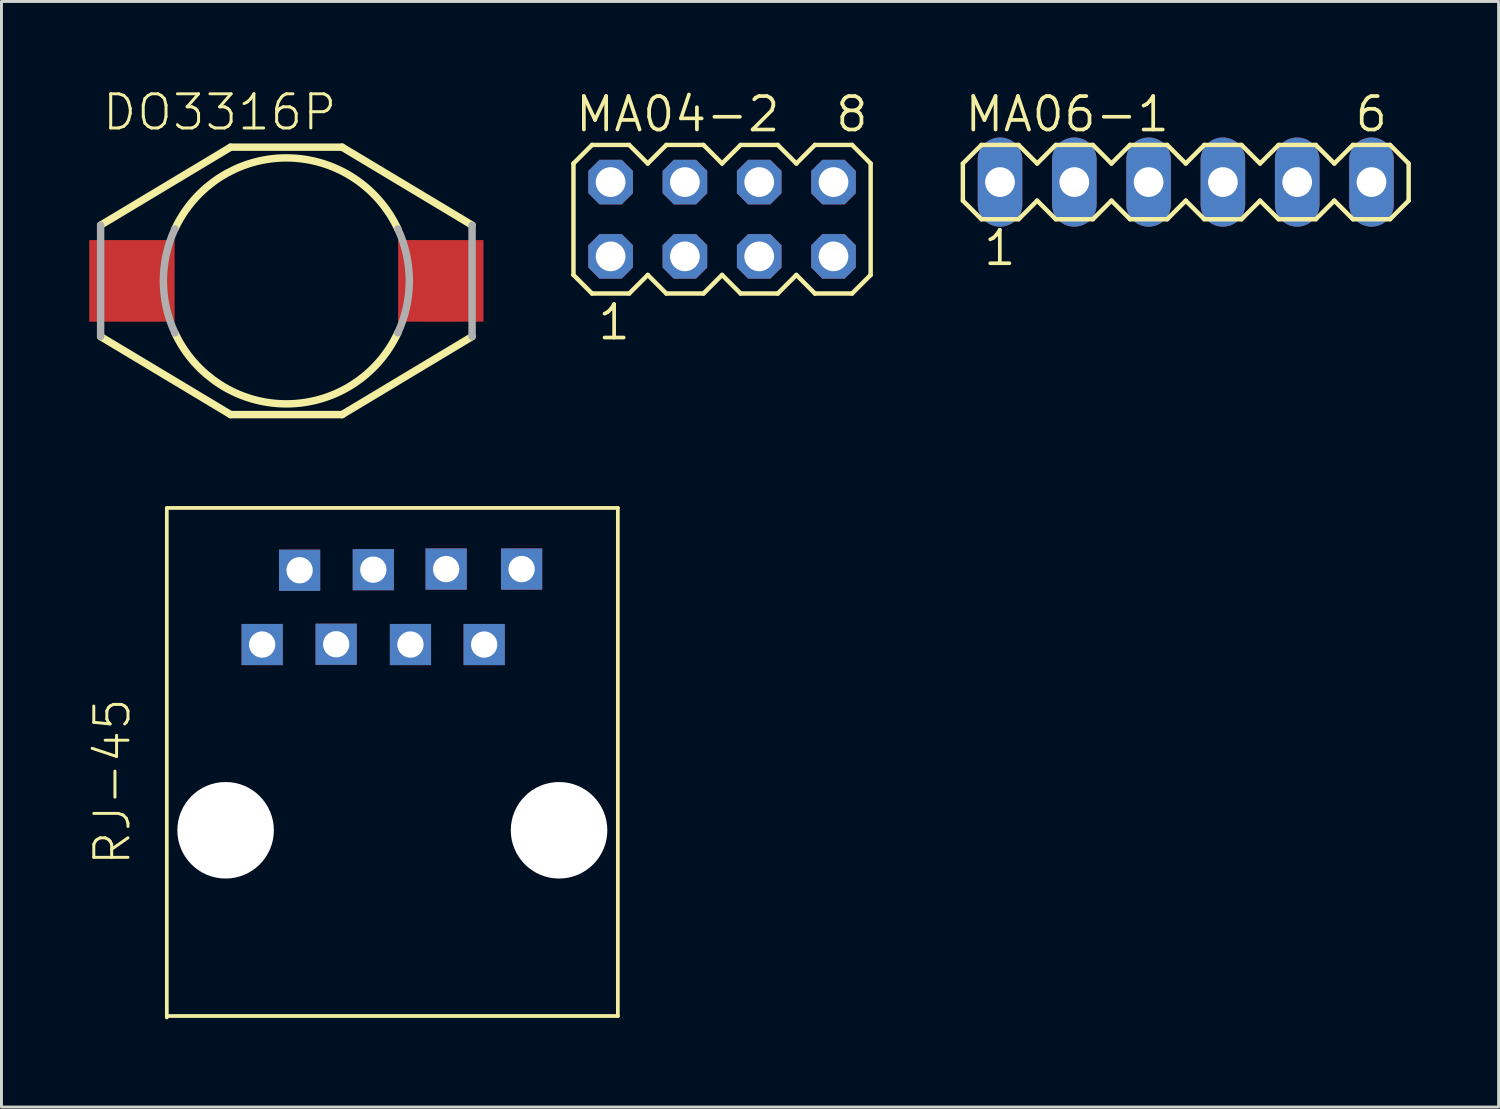
<source format=kicad_pcb>
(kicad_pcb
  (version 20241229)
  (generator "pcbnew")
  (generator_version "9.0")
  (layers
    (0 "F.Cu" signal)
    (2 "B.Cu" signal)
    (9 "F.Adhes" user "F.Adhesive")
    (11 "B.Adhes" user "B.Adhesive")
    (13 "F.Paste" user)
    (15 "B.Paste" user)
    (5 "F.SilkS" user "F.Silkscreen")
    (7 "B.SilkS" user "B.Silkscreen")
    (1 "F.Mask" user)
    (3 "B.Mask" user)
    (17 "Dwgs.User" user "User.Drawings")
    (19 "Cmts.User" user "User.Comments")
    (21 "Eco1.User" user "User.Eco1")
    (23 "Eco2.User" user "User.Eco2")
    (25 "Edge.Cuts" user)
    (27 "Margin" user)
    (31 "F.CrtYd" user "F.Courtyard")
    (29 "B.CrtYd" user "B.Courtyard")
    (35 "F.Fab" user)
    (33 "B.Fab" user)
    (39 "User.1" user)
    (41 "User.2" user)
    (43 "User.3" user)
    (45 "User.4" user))
  (footprint "DO3316P"
    (layer "F.Cu")
    (at 6.74 6.553)
    (property "Reference" "DO3316P" (at -6.35 -5.08 0) (layer "F.SilkS") (effects (font (size 1.168 1.168) (thickness 0.102)) (justify left bottom)))
    (fp_line (start -6.35 -1.905) (end -1.905 -4.572) (stroke (width 0.254) (type solid)) (layer "F.SilkS"))
    (fp_line (start -6.35 1.905) (end -1.905 4.572) (stroke (width 0.254) (type solid)) (layer "F.SilkS"))
    (fp_line (start -1.905 -4.572) (end 1.905 -4.572) (stroke (width 0.254) (type solid)) (layer "F.SilkS"))
    (fp_line (start -1.905 4.572) (end 1.905 4.572) (stroke (width 0.254) (type solid)) (layer "F.SilkS"))
    (fp_line (start 6.35 -1.905) (end 1.905 -4.572) (stroke (width 0.254) (type solid)) (layer "F.SilkS"))
    (fp_line (start 6.35 1.905) (end 1.905 4.572) (stroke (width 0.254) (type solid)) (layer "F.SilkS"))
    (fp_arc (start -3.81 -1.778) (mid 0 -4.204448) (end 3.81 -1.778) (stroke (width 0.254) (type solid)) (layer "F.SilkS"))
    (fp_arc (start 3.81 1.778) (mid 0 4.204448) (end -3.81 1.778) (stroke (width 0.254) (type solid)) (layer "F.SilkS"))
    (fp_line (start -6.35 -1.905) (end -6.35 1.905) (stroke (width 0.254) (type solid)) (layer "F.Fab"))
    (fp_line (start 6.35 -1.905) (end 6.35 1.905) (stroke (width 0.254) (type solid)) (layer "F.Fab"))
    (fp_arc (start -3.81 1.778) (mid -4.204448 0) (end -3.81 -1.778) (stroke (width 0.254) (type solid)) (layer "F.Fab"))
    (fp_arc (start 3.81 -1.778) (mid 4.204448 0) (end 3.81 1.778) (stroke (width 0.254) (type solid)) (layer "F.Fab"))
    (pad "1" smd rect (at -5.28 0) (size 2.92 2.79) (layers "F.Cu" "F.Mask" "F.Paste"))
    (pad "2" smd rect (at 5.28 0) (size 2.92 2.79) (layers "F.Cu" "F.Mask" "F.Paste")))
  (footprint "MA04-2"
    (layer "F.Cu")
    (at 21.636 4.445)
    (property "Reference" "MA04-2" (at -5.08 -2.921 0) (layer "F.SilkS") (effects (font (size 1.143 1.143) (thickness 0.127)) (justify left bottom)))
    (fp_line (start -5.08 -1.905) (end -5.08 1.905) (stroke (width 0.152) (type solid)) (layer "F.SilkS"))
    (fp_line (start -5.08 1.905) (end -4.445 2.54) (stroke (width 0.152) (type solid)) (layer "F.SilkS"))
    (fp_line (start -4.445 -2.54) (end -5.08 -1.905) (stroke (width 0.152) (type solid)) (layer "F.SilkS"))
    (fp_line (start -4.445 -2.54) (end -3.175 -2.54) (stroke (width 0.152) (type solid)) (layer "F.SilkS"))
    (fp_line (start -3.175 -2.54) (end -2.54 -1.905) (stroke (width 0.152) (type solid)) (layer "F.SilkS"))
    (fp_line (start -3.175 2.54) (end -4.445 2.54) (stroke (width 0.152) (type solid)) (layer "F.SilkS"))
    (fp_line (start -2.54 -1.905) (end -1.905 -2.54) (stroke (width 0.152) (type solid)) (layer "F.SilkS"))
    (fp_line (start -2.54 1.905) (end -3.175 2.54) (stroke (width 0.152) (type solid)) (layer "F.SilkS"))
    (fp_line (start -1.905 -2.54) (end -0.635 -2.54) (stroke (width 0.152) (type solid)) (layer "F.SilkS"))
    (fp_line (start -1.905 2.54) (end -2.54 1.905) (stroke (width 0.152) (type solid)) (layer "F.SilkS"))
    (fp_line (start -0.635 -2.54) (end 0 -1.905) (stroke (width 0.152) (type solid)) (layer "F.SilkS"))
    (fp_line (start -0.635 2.54) (end -1.905 2.54) (stroke (width 0.152) (type solid)) (layer "F.SilkS"))
    (fp_line (start 0 -1.905) (end 0.635 -2.54) (stroke (width 0.152) (type solid)) (layer "F.SilkS"))
    (fp_line (start 0 1.905) (end -0.635 2.54) (stroke (width 0.152) (type solid)) (layer "F.SilkS"))
    (fp_line (start 0.635 -2.54) (end 1.905 -2.54) (stroke (width 0.152) (type solid)) (layer "F.SilkS"))
    (fp_line (start 0.635 2.54) (end 0 1.905) (stroke (width 0.152) (type solid)) (layer "F.SilkS"))
    (fp_line (start 1.905 -2.54) (end 2.54 -1.905) (stroke (width 0.152) (type solid)) (layer "F.SilkS"))
    (fp_line (start 1.905 2.54) (end 0.635 2.54) (stroke (width 0.152) (type solid)) (layer "F.SilkS"))
    (fp_line (start 2.54 1.905) (end 1.905 2.54) (stroke (width 0.152) (type solid)) (layer "F.SilkS"))
    (fp_line (start 2.54 1.905) (end 3.175 2.54) (stroke (width 0.152) (type solid)) (layer "F.SilkS"))
    (fp_line (start 3.175 -2.54) (end 2.54 -1.905) (stroke (width 0.152) (type solid)) (layer "F.SilkS"))
    (fp_line (start 3.175 -2.54) (end 4.445 -2.54) (stroke (width 0.152) (type solid)) (layer "F.SilkS"))
    (fp_line (start 4.445 -2.54) (end 5.08 -1.905) (stroke (width 0.152) (type solid)) (layer "F.SilkS"))
    (fp_line (start 4.445 2.54) (end 3.175 2.54) (stroke (width 0.152) (type solid)) (layer "F.SilkS"))
    (fp_line (start 5.08 -1.905) (end 5.08 1.905) (stroke (width 0.152) (type solid)) (layer "F.SilkS"))
    (fp_line (start 5.08 1.905) (end 4.445 2.54) (stroke (width 0.152) (type solid)) (layer "F.SilkS"))
    (fp_poly (pts (xy -4.064 -1.016) (xy -3.556 -1.016) (xy -3.556 -1.524) (xy -4.064 -1.524)) (stroke (width 0.1) (type solid)) (fill no) (layer "F.Fab"))
    (fp_poly (pts (xy -4.064 1.524) (xy -3.556 1.524) (xy -3.556 1.016) (xy -4.064 1.016)) (stroke (width 0.1) (type solid)) (fill no) (layer "F.Fab"))
    (fp_poly (pts (xy -1.524 -1.016) (xy -1.016 -1.016) (xy -1.016 -1.524) (xy -1.524 -1.524)) (stroke (width 0.1) (type solid)) (fill no) (layer "F.Fab"))
    (fp_poly (pts (xy -1.524 1.524) (xy -1.016 1.524) (xy -1.016 1.016) (xy -1.524 1.016)) (stroke (width 0.1) (type solid)) (fill no) (layer "F.Fab"))
    (fp_poly (pts (xy 1.016 -1.016) (xy 1.524 -1.016) (xy 1.524 -1.524) (xy 1.016 -1.524)) (stroke (width 0.1) (type solid)) (fill no) (layer "F.Fab"))
    (fp_poly (pts (xy 1.016 1.524) (xy 1.524 1.524) (xy 1.524 1.016) (xy 1.016 1.016)) (stroke (width 0.1) (type solid)) (fill no) (layer "F.Fab"))
    (fp_poly (pts (xy 3.556 -1.016) (xy 4.064 -1.016) (xy 4.064 -1.524) (xy 3.556 -1.524)) (stroke (width 0.1) (type solid)) (fill no) (layer "F.Fab"))
    (fp_poly (pts (xy 3.556 1.524) (xy 4.064 1.524) (xy 4.064 1.016) (xy 3.556 1.016)) (stroke (width 0.1) (type solid)) (fill no) (layer "F.Fab"))
    (fp_text user "1" (at -4.318 4.191 0) (layer "F.SilkS") (effects (font (size 1.143 1.143) (thickness 0.127)) (justify left bottom)))
    (fp_text user "8" (at 3.81 -2.921 0) (layer "F.SilkS") (effects (font (size 1.143 1.143) (thickness 0.127)) (justify left bottom)))
    (pad "1" thru_hole roundrect (at -3.81 1.27) (size 1.524 1.524) (drill 1.016) (layers "*.Cu" "*.Mask") (roundrect_rratio 0.25) (chamfer_ratio 0.25) (chamfer top_left top_right bottom_left bottom_right))
    (pad "2" thru_hole roundrect (at -3.81 -1.27) (size 1.524 1.524) (drill 1.016) (layers "*.Cu" "*.Mask") (roundrect_rratio 0.25) (chamfer_ratio 0.25) (chamfer top_left top_right bottom_left bottom_right))
    (pad "3" thru_hole roundrect (at -1.27 1.27) (size 1.524 1.524) (drill 1.016) (layers "*.Cu" "*.Mask") (roundrect_rratio 0.25) (chamfer_ratio 0.25) (chamfer top_left top_right bottom_left bottom_right))
    (pad "4" thru_hole roundrect (at -1.27 -1.27) (size 1.524 1.524) (drill 1.016) (layers "*.Cu" "*.Mask") (roundrect_rratio 0.25) (chamfer_ratio 0.25) (chamfer top_left top_right bottom_left bottom_right))
    (pad "5" thru_hole roundrect (at 1.27 1.27) (size 1.524 1.524) (drill 1.016) (layers "*.Cu" "*.Mask") (roundrect_rratio 0.25) (chamfer_ratio 0.25) (chamfer top_left top_right bottom_left bottom_right))
    (pad "6" thru_hole roundrect (at 1.27 -1.27) (size 1.524 1.524) (drill 1.016) (layers "*.Cu" "*.Mask") (roundrect_rratio 0.25) (chamfer_ratio 0.25) (chamfer top_left top_right bottom_left bottom_right))
    (pad "7" thru_hole roundrect (at 3.81 1.27) (size 1.524 1.524) (drill 1.016) (layers "*.Cu" "*.Mask") (roundrect_rratio 0.25) (chamfer_ratio 0.25) (chamfer top_left top_right bottom_left bottom_right))
    (pad "8" thru_hole roundrect (at 3.81 -1.27) (size 1.524 1.524) (drill 1.016) (layers "*.Cu" "*.Mask") (roundrect_rratio 0.25) (chamfer_ratio 0.25) (chamfer top_left top_right bottom_left bottom_right)))
  (footprint "MA06-1"
    (layer "F.Cu")
    (at 37.489 3.175)
    (property "Reference" "MA06-1" (at -7.62 -1.651 0) (layer "F.SilkS") (effects (font (size 1.143 1.143) (thickness 0.127)) (justify left bottom)))
    (fp_line (start -7.62 -0.635) (end -7.62 0.635) (stroke (width 0.152) (type solid)) (layer "F.SilkS"))
    (fp_line (start -7.62 0.635) (end -6.985 1.27) (stroke (width 0.152) (type solid)) (layer "F.SilkS"))
    (fp_line (start -6.985 -1.27) (end -7.62 -0.635) (stroke (width 0.152) (type solid)) (layer "F.SilkS"))
    (fp_line (start -6.985 -1.27) (end -5.715 -1.27) (stroke (width 0.152) (type solid)) (layer "F.SilkS"))
    (fp_line (start -5.715 -1.27) (end -5.08 -0.635) (stroke (width 0.152) (type solid)) (layer "F.SilkS"))
    (fp_line (start -5.715 1.27) (end -6.985 1.27) (stroke (width 0.152) (type solid)) (layer "F.SilkS"))
    (fp_line (start -5.08 -0.635) (end -4.445 -1.27) (stroke (width 0.152) (type solid)) (layer "F.SilkS"))
    (fp_line (start -5.08 0.635) (end -5.715 1.27) (stroke (width 0.152) (type solid)) (layer "F.SilkS"))
    (fp_line (start -4.445 -1.27) (end -3.175 -1.27) (stroke (width 0.152) (type solid)) (layer "F.SilkS"))
    (fp_line (start -4.445 1.27) (end -5.08 0.635) (stroke (width 0.152) (type solid)) (layer "F.SilkS"))
    (fp_line (start -3.175 -1.27) (end -2.54 -0.635) (stroke (width 0.152) (type solid)) (layer "F.SilkS"))
    (fp_line (start -3.175 1.27) (end -4.445 1.27) (stroke (width 0.152) (type solid)) (layer "F.SilkS"))
    (fp_line (start -2.54 -0.635) (end -1.905 -1.27) (stroke (width 0.152) (type solid)) (layer "F.SilkS"))
    (fp_line (start -2.54 0.635) (end -3.175 1.27) (stroke (width 0.152) (type solid)) (layer "F.SilkS"))
    (fp_line (start -1.905 -1.27) (end -0.635 -1.27) (stroke (width 0.152) (type solid)) (layer "F.SilkS"))
    (fp_line (start -1.905 1.27) (end -2.54 0.635) (stroke (width 0.152) (type solid)) (layer "F.SilkS"))
    (fp_line (start -0.635 -1.27) (end 0 -0.635) (stroke (width 0.152) (type solid)) (layer "F.SilkS"))
    (fp_line (start -0.635 1.27) (end -1.905 1.27) (stroke (width 0.152) (type solid)) (layer "F.SilkS"))
    (fp_line (start 0 0.635) (end -0.635 1.27) (stroke (width 0.152) (type solid)) (layer "F.SilkS"))
    (fp_line (start 0 0.635) (end 0.635 1.27) (stroke (width 0.152) (type solid)) (layer "F.SilkS"))
    (fp_line (start 0.635 -1.27) (end 0 -0.635) (stroke (width 0.152) (type solid)) (layer "F.SilkS"))
    (fp_line (start 0.635 -1.27) (end 1.905 -1.27) (stroke (width 0.152) (type solid)) (layer "F.SilkS"))
    (fp_line (start 1.905 -1.27) (end 2.54 -0.635) (stroke (width 0.152) (type solid)) (layer "F.SilkS"))
    (fp_line (start 1.905 1.27) (end 0.635 1.27) (stroke (width 0.152) (type solid)) (layer "F.SilkS"))
    (fp_line (start 2.54 -0.635) (end 3.175 -1.27) (stroke (width 0.152) (type solid)) (layer "F.SilkS"))
    (fp_line (start 2.54 0.635) (end 1.905 1.27) (stroke (width 0.152) (type solid)) (layer "F.SilkS"))
    (fp_line (start 3.175 -1.27) (end 4.445 -1.27) (stroke (width 0.152) (type solid)) (layer "F.SilkS"))
    (fp_line (start 3.175 1.27) (end 2.54 0.635) (stroke (width 0.152) (type solid)) (layer "F.SilkS"))
    (fp_line (start 4.445 -1.27) (end 5.08 -0.635) (stroke (width 0.152) (type solid)) (layer "F.SilkS"))
    (fp_line (start 4.445 1.27) (end 3.175 1.27) (stroke (width 0.152) (type solid)) (layer "F.SilkS"))
    (fp_line (start 5.08 -0.635) (end 5.715 -1.27) (stroke (width 0.152) (type solid)) (layer "F.SilkS"))
    (fp_line (start 5.08 0.635) (end 4.445 1.27) (stroke (width 0.152) (type solid)) (layer "F.SilkS"))
    (fp_line (start 5.715 -1.27) (end 6.985 -1.27) (stroke (width 0.152) (type solid)) (layer "F.SilkS"))
    (fp_line (start 5.715 1.27) (end 5.08 0.635) (stroke (width 0.152) (type solid)) (layer "F.SilkS"))
    (fp_line (start 6.985 -1.27) (end 7.62 -0.635) (stroke (width 0.152) (type solid)) (layer "F.SilkS"))
    (fp_line (start 6.985 1.27) (end 5.715 1.27) (stroke (width 0.152) (type solid)) (layer "F.SilkS"))
    (fp_line (start 7.62 -0.635) (end 7.62 0.635) (stroke (width 0.152) (type solid)) (layer "F.SilkS"))
    (fp_line (start 7.62 0.635) (end 6.985 1.27) (stroke (width 0.152) (type solid)) (layer "F.SilkS"))
    (fp_poly (pts (xy -6.604 0.254) (xy -6.096 0.254) (xy -6.096 -0.254) (xy -6.604 -0.254)) (stroke (width 0.1) (type solid)) (fill no) (layer "F.Fab"))
    (fp_poly (pts (xy -4.064 0.254) (xy -3.556 0.254) (xy -3.556 -0.254) (xy -4.064 -0.254)) (stroke (width 0.1) (type solid)) (fill no) (layer "F.Fab"))
    (fp_poly (pts (xy -1.524 0.254) (xy -1.016 0.254) (xy -1.016 -0.254) (xy -1.524 -0.254)) (stroke (width 0.1) (type solid)) (fill no) (layer "F.Fab"))
    (fp_poly (pts (xy 1.016 0.254) (xy 1.524 0.254) (xy 1.524 -0.254) (xy 1.016 -0.254)) (stroke (width 0.1) (type solid)) (fill no) (layer "F.Fab"))
    (fp_poly (pts (xy 3.556 0.254) (xy 4.064 0.254) (xy 4.064 -0.254) (xy 3.556 -0.254)) (stroke (width 0.1) (type solid)) (fill no) (layer "F.Fab"))
    (fp_poly (pts (xy 6.096 0.254) (xy 6.604 0.254) (xy 6.604 -0.254) (xy 6.096 -0.254)) (stroke (width 0.1) (type solid)) (fill no) (layer "F.Fab"))
    (fp_text user "6" (at 5.715 -1.651 0) (layer "F.SilkS") (effects (font (size 1.143 1.143) (thickness 0.127)) (justify left bottom)))
    (fp_text user "1" (at -6.985 2.921 0) (layer "F.SilkS") (effects (font (size 1.143 1.143) (thickness 0.127)) (justify left bottom)))
    (pad "1" thru_hole oval (at -6.35 0 90) (size 3.048 1.524) (drill 1.016) (layers "*.Cu" "*.Mask"))
    (pad "2" thru_hole oval (at -3.81 0 90) (size 3.048 1.524) (drill 1.016) (layers "*.Cu" "*.Mask"))
    (pad "3" thru_hole oval (at -1.27 0 90) (size 3.048 1.524) (drill 1.016) (layers "*.Cu" "*.Mask"))
    (pad "4" thru_hole oval (at 1.27 0 90) (size 3.048 1.524) (drill 1.016) (layers "*.Cu" "*.Mask"))
    (pad "5" thru_hole oval (at 3.81 0 90) (size 3.048 1.524) (drill 1.016) (layers "*.Cu" "*.Mask"))
    (pad "6" thru_hole oval (at 6.35 0 90) (size 3.048 1.524) (drill 1.016) (layers "*.Cu" "*.Mask")))
  (footprint "RJ-45"
    (layer "F.Cu")
    (at 10.363 25.336)
    (property "Reference" "RJ-45" (at -8.89 1.27 90) (layer "F.SilkS") (effects (font (size 1.168 1.168) (thickness 0.102)) (justify left bottom)))
    (fp_line (start -7.71 -11.02) (end -7.71 6.4) (stroke (width 0.127) (type solid)) (layer "F.SilkS"))
    (fp_line (start -7.71 6.35) (end 7.71 6.35) (stroke (width 0.127) (type solid)) (layer "F.SilkS"))
    (fp_line (start 7.71 -11.02) (end -7.71 -11.02) (stroke (width 0.127) (type solid)) (layer "F.SilkS"))
    (fp_line (start 7.71 6.35) (end 7.71 -11.02) (stroke (width 0.127) (type solid)) (layer "F.SilkS"))
    (pad "" np_thru_hole circle (at -5.7 0) (size 3.3 3.3) (drill 3.3) (layers "*.Cu" "*.Mask"))
    (pad "" np_thru_hole circle (at 5.7 0) (size 3.3 3.3) (drill 3.3) (layers "*.Cu" "*.Mask"))
    (pad "1" thru_hole rect (at -4.45 -6.35) (size 1.408 1.408) (drill 0.9) (layers "*.Cu" "*.Mask"))
    (pad "2" thru_hole rect (at -3.17 -8.89) (size 1.408 1.408) (drill 0.9) (layers "*.Cu" "*.Mask"))
    (pad "3" thru_hole rect (at -1.92 -6.36) (size 1.408 1.408) (drill 0.9) (layers "*.Cu" "*.Mask"))
    (pad "4" thru_hole rect (at -0.65 -8.91) (size 1.408 1.408) (drill 0.9) (layers "*.Cu" "*.Mask"))
    (pad "5" thru_hole rect (at 0.62 -6.35) (size 1.408 1.408) (drill 0.9) (layers "*.Cu" "*.Mask"))
    (pad "6" thru_hole rect (at 1.84 -8.93) (size 1.408 1.408) (drill 0.9) (layers "*.Cu" "*.Mask"))
    (pad "7" thru_hole rect (at 3.14 -6.35) (size 1.408 1.408) (drill 0.9) (layers "*.Cu" "*.Mask"))
    (pad "8" thru_hole rect (at 4.42 -8.93) (size 1.408 1.408) (drill 0.9) (layers "*.Cu" "*.Mask")))
  (gr_rect
    (start -3 -3)
    (end 48.185 34.799)
    (stroke (width 0.1) (type default))
    (fill no)
    (layer "Edge.Cuts")))
</source>
